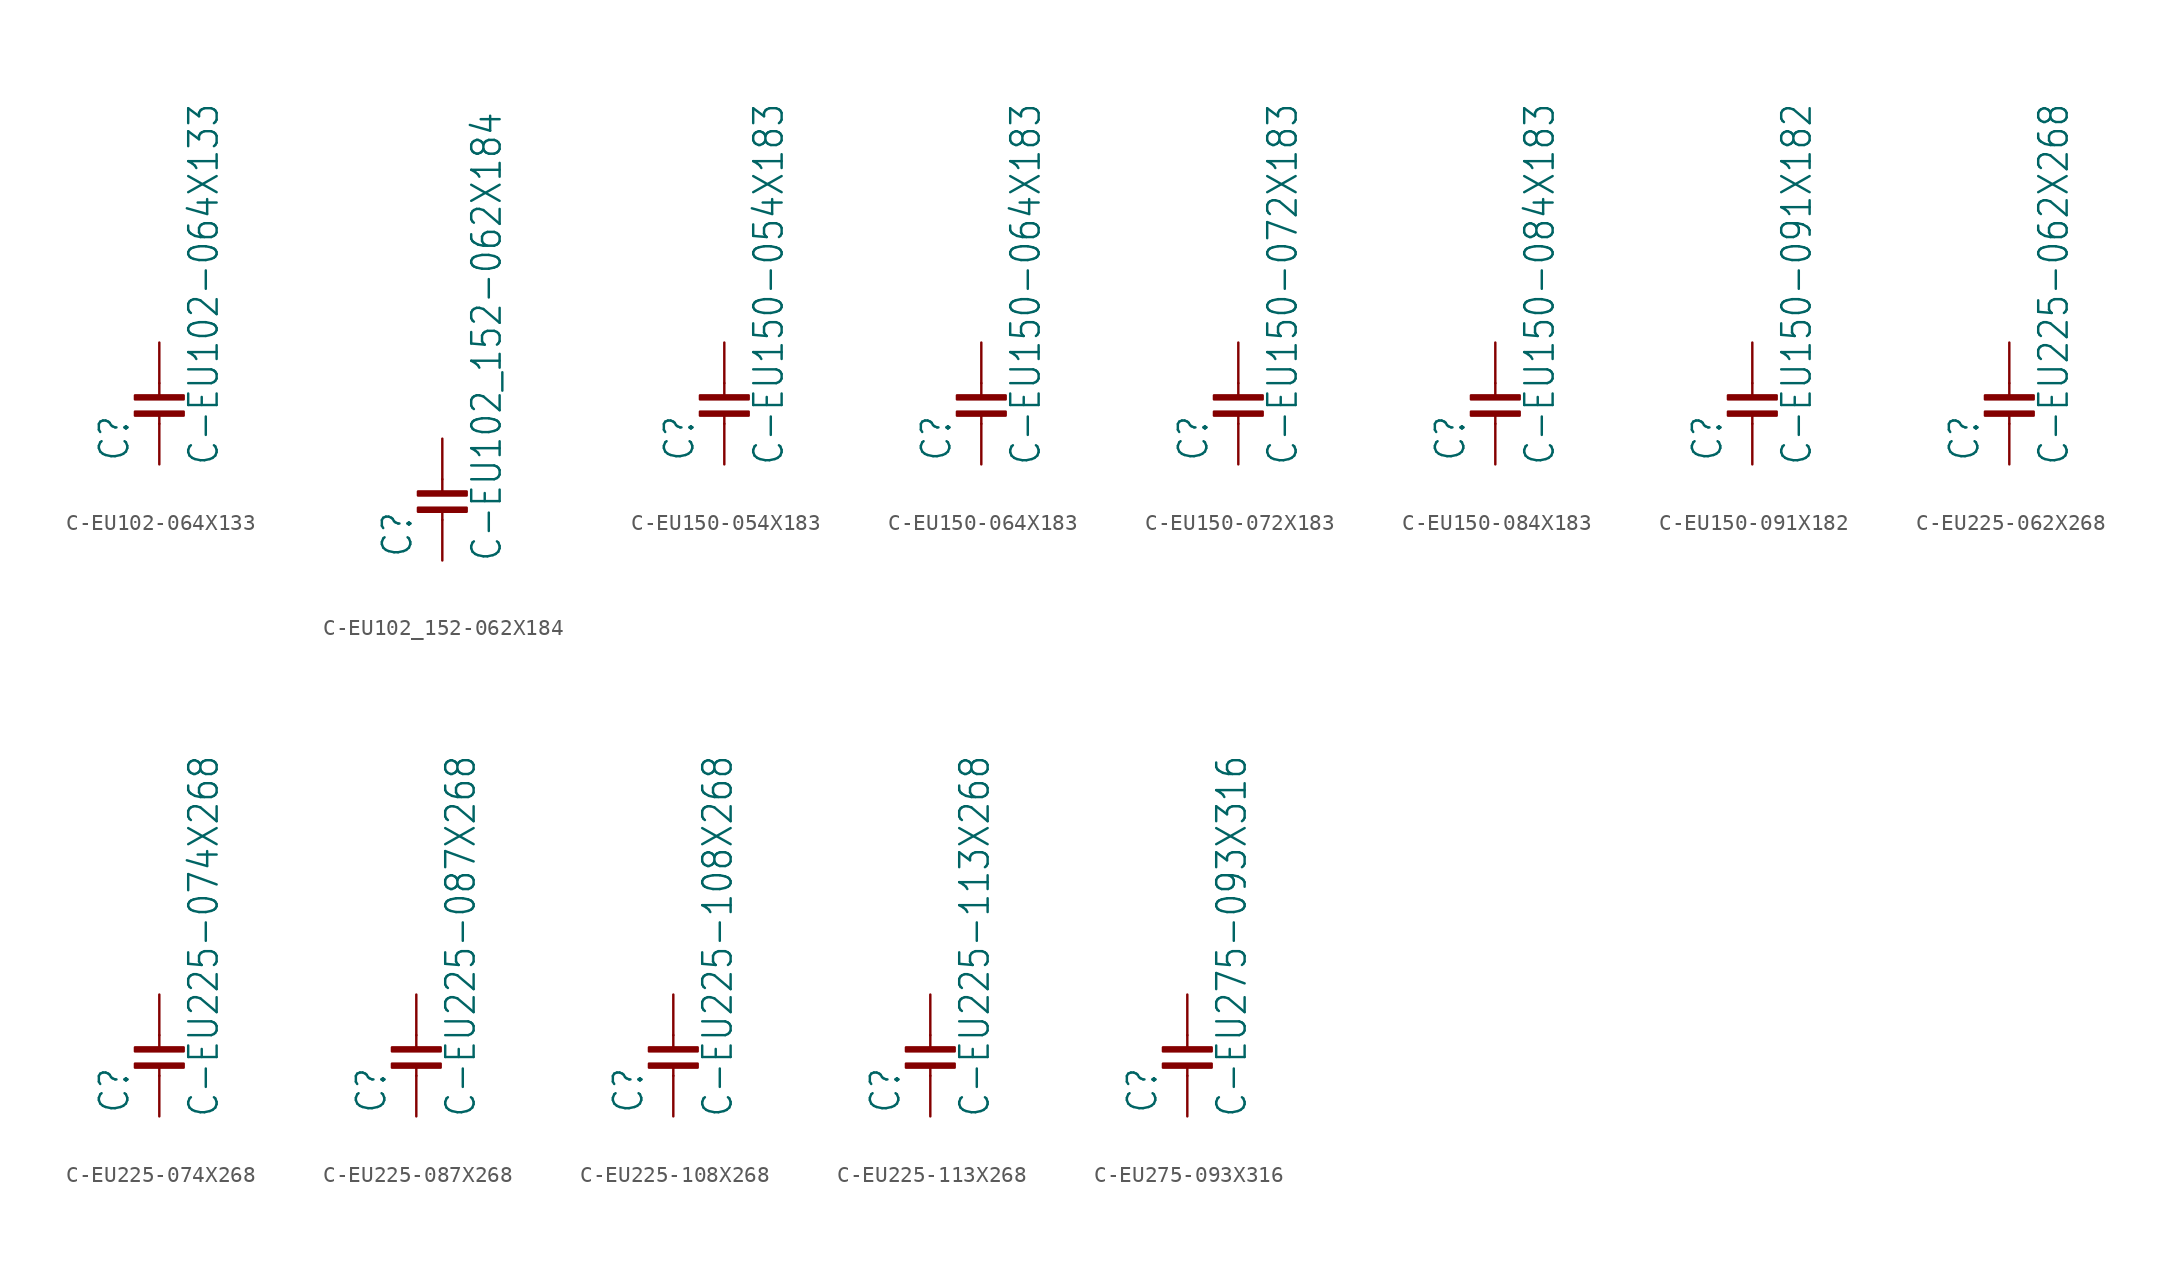
<source format=kicad_sym>
(kicad_symbol_lib
  (version 20211014)
  (generator kicad_symbol_editor)
  (symbol "C-EU102-064X133"
    (property "Reference" "C"
      (at -1.778 -4.953 90)
      (effects (font (size 1.778 1.511)) (justify left bottom)))
    (property "Value" "C-EU102-064X133"
      (at 3.81 -5.207 90)
      (effects (font (size 1.778 1.511)) (justify left bottom)))
    (property "ki_locked" ""
      (at 0 0 0)
      (effects (font (size 1.27 1.27))))
    (symbol "C-EU102-064X133_1_0"
      (rectangle (start -1.524 -2.032) (end 1.524 -1.778) (stroke (width 0) (type default) (color 0 0 0 0)) (fill (type outline)))
      (rectangle (start -1.524 -1.016) (end 1.524 -0.762) (stroke (width 0) (type default) (color 0 0 0 0)) (fill (type outline)))
      (polyline (pts (xy 0 -2.54) (xy 0 -2.032)) (stroke (width 0.152) (type default) (color 0 0 0 0)) (fill (type none)))
      (polyline (pts (xy 0 0) (xy 0 -0.762)) (stroke (width 0.152) (type default) (color 0 0 0 0)) (fill (type none)))
      (pin passive line (at 0 2.54 270) (length 2.54) (name "1" (effects (font (size 0 0)))) (number "1" (effects (font (size 0 0)))))
      (pin passive line (at 0 -5.08 90) (length 2.54) (name "2" (effects (font (size 0 0)))) (number "2" (effects (font (size 0 0)))))))
  (symbol "C-EU102_152-062X184"
    (property "Reference" "C"
      (at -1.778 -4.953 90)
      (effects (font (size 1.778 1.511)) (justify left bottom)))
    (property "Value" "C-EU102_152-062X184"
      (at 3.81 -5.207 90)
      (effects (font (size 1.778 1.511)) (justify left bottom)))
    (property "ki_locked" ""
      (at 0 0 0)
      (effects (font (size 1.27 1.27))))
    (symbol "C-EU102_152-062X184_1_0"
      (rectangle (start -1.524 -2.032) (end 1.524 -1.778) (stroke (width 0) (type default) (color 0 0 0 0)) (fill (type outline)))
      (rectangle (start -1.524 -1.016) (end 1.524 -0.762) (stroke (width 0) (type default) (color 0 0 0 0)) (fill (type outline)))
      (polyline (pts (xy 0 -2.54) (xy 0 -2.032)) (stroke (width 0.152) (type default) (color 0 0 0 0)) (fill (type none)))
      (polyline (pts (xy 0 0) (xy 0 -0.762)) (stroke (width 0.152) (type default) (color 0 0 0 0)) (fill (type none)))
      (pin passive line (at 0 2.54 270) (length 2.54) (name "1" (effects (font (size 0 0)))) (number "1" (effects (font (size 0 0)))))
      (pin passive line (at 0 -5.08 90) (length 2.54) (name "2" (effects (font (size 0 0)))) (number "2" (effects (font (size 0 0)))))))
  (symbol "C-EU150-054X183"
    (property "Reference" "C"
      (at -1.778 -4.953 90)
      (effects (font (size 1.778 1.511)) (justify left bottom)))
    (property "Value" "C-EU150-054X183"
      (at 3.81 -5.207 90)
      (effects (font (size 1.778 1.511)) (justify left bottom)))
    (property "ki_locked" ""
      (at 0 0 0)
      (effects (font (size 1.27 1.27))))
    (symbol "C-EU150-054X183_1_0"
      (rectangle (start -1.524 -2.032) (end 1.524 -1.778) (stroke (width 0) (type default) (color 0 0 0 0)) (fill (type outline)))
      (rectangle (start -1.524 -1.016) (end 1.524 -0.762) (stroke (width 0) (type default) (color 0 0 0 0)) (fill (type outline)))
      (polyline (pts (xy 0 -2.54) (xy 0 -2.032)) (stroke (width 0.152) (type default) (color 0 0 0 0)) (fill (type none)))
      (polyline (pts (xy 0 0) (xy 0 -0.762)) (stroke (width 0.152) (type default) (color 0 0 0 0)) (fill (type none)))
      (pin passive line (at 0 2.54 270) (length 2.54) (name "1" (effects (font (size 0 0)))) (number "1" (effects (font (size 0 0)))))
      (pin passive line (at 0 -5.08 90) (length 2.54) (name "2" (effects (font (size 0 0)))) (number "2" (effects (font (size 0 0)))))))
  (symbol "C-EU150-064X183"
    (property "Reference" "C"
      (at -1.778 -4.953 90)
      (effects (font (size 1.778 1.511)) (justify left bottom)))
    (property "Value" "C-EU150-064X183"
      (at 3.81 -5.207 90)
      (effects (font (size 1.778 1.511)) (justify left bottom)))
    (property "ki_locked" ""
      (at 0 0 0)
      (effects (font (size 1.27 1.27))))
    (symbol "C-EU150-064X183_1_0"
      (rectangle (start -1.524 -2.032) (end 1.524 -1.778) (stroke (width 0) (type default) (color 0 0 0 0)) (fill (type outline)))
      (rectangle (start -1.524 -1.016) (end 1.524 -0.762) (stroke (width 0) (type default) (color 0 0 0 0)) (fill (type outline)))
      (polyline (pts (xy 0 -2.54) (xy 0 -2.032)) (stroke (width 0.152) (type default) (color 0 0 0 0)) (fill (type none)))
      (polyline (pts (xy 0 0) (xy 0 -0.762)) (stroke (width 0.152) (type default) (color 0 0 0 0)) (fill (type none)))
      (pin passive line (at 0 2.54 270) (length 2.54) (name "1" (effects (font (size 0 0)))) (number "1" (effects (font (size 0 0)))))
      (pin passive line (at 0 -5.08 90) (length 2.54) (name "2" (effects (font (size 0 0)))) (number "2" (effects (font (size 0 0)))))))
  (symbol "C-EU150-072X183"
    (property "Reference" "C"
      (at -1.778 -4.953 90)
      (effects (font (size 1.778 1.511)) (justify left bottom)))
    (property "Value" "C-EU150-072X183"
      (at 3.81 -5.207 90)
      (effects (font (size 1.778 1.511)) (justify left bottom)))
    (property "ki_locked" ""
      (at 0 0 0)
      (effects (font (size 1.27 1.27))))
    (symbol "C-EU150-072X183_1_0"
      (rectangle (start -1.524 -2.032) (end 1.524 -1.778) (stroke (width 0) (type default) (color 0 0 0 0)) (fill (type outline)))
      (rectangle (start -1.524 -1.016) (end 1.524 -0.762) (stroke (width 0) (type default) (color 0 0 0 0)) (fill (type outline)))
      (polyline (pts (xy 0 -2.54) (xy 0 -2.032)) (stroke (width 0.152) (type default) (color 0 0 0 0)) (fill (type none)))
      (polyline (pts (xy 0 0) (xy 0 -0.762)) (stroke (width 0.152) (type default) (color 0 0 0 0)) (fill (type none)))
      (pin passive line (at 0 2.54 270) (length 2.54) (name "1" (effects (font (size 0 0)))) (number "1" (effects (font (size 0 0)))))
      (pin passive line (at 0 -5.08 90) (length 2.54) (name "2" (effects (font (size 0 0)))) (number "2" (effects (font (size 0 0)))))))
  (symbol "C-EU150-084X183"
    (property "Reference" "C"
      (at -1.778 -4.953 90)
      (effects (font (size 1.778 1.511)) (justify left bottom)))
    (property "Value" "C-EU150-084X183"
      (at 3.81 -5.207 90)
      (effects (font (size 1.778 1.511)) (justify left bottom)))
    (property "ki_locked" ""
      (at 0 0 0)
      (effects (font (size 1.27 1.27))))
    (symbol "C-EU150-084X183_1_0"
      (rectangle (start -1.524 -2.032) (end 1.524 -1.778) (stroke (width 0) (type default) (color 0 0 0 0)) (fill (type outline)))
      (rectangle (start -1.524 -1.016) (end 1.524 -0.762) (stroke (width 0) (type default) (color 0 0 0 0)) (fill (type outline)))
      (polyline (pts (xy 0 -2.54) (xy 0 -2.032)) (stroke (width 0.152) (type default) (color 0 0 0 0)) (fill (type none)))
      (polyline (pts (xy 0 0) (xy 0 -0.762)) (stroke (width 0.152) (type default) (color 0 0 0 0)) (fill (type none)))
      (pin passive line (at 0 2.54 270) (length 2.54) (name "1" (effects (font (size 0 0)))) (number "1" (effects (font (size 0 0)))))
      (pin passive line (at 0 -5.08 90) (length 2.54) (name "2" (effects (font (size 0 0)))) (number "2" (effects (font (size 0 0)))))))
  (symbol "C-EU150-091X182"
    (property "Reference" "C"
      (at -1.778 -4.953 90)
      (effects (font (size 1.778 1.511)) (justify left bottom)))
    (property "Value" "C-EU150-091X182"
      (at 3.81 -5.207 90)
      (effects (font (size 1.778 1.511)) (justify left bottom)))
    (property "ki_locked" ""
      (at 0 0 0)
      (effects (font (size 1.27 1.27))))
    (symbol "C-EU150-091X182_1_0"
      (rectangle (start -1.524 -2.032) (end 1.524 -1.778) (stroke (width 0) (type default) (color 0 0 0 0)) (fill (type outline)))
      (rectangle (start -1.524 -1.016) (end 1.524 -0.762) (stroke (width 0) (type default) (color 0 0 0 0)) (fill (type outline)))
      (polyline (pts (xy 0 -2.54) (xy 0 -2.032)) (stroke (width 0.152) (type default) (color 0 0 0 0)) (fill (type none)))
      (polyline (pts (xy 0 0) (xy 0 -0.762)) (stroke (width 0.152) (type default) (color 0 0 0 0)) (fill (type none)))
      (pin passive line (at 0 2.54 270) (length 2.54) (name "1" (effects (font (size 0 0)))) (number "1" (effects (font (size 0 0)))))
      (pin passive line (at 0 -5.08 90) (length 2.54) (name "2" (effects (font (size 0 0)))) (number "2" (effects (font (size 0 0)))))))
  (symbol "C-EU225-062X268"
    (property "Reference" "C"
      (at -1.778 -4.953 90)
      (effects (font (size 1.778 1.511)) (justify left bottom)))
    (property "Value" "C-EU225-062X268"
      (at 3.81 -5.207 90)
      (effects (font (size 1.778 1.511)) (justify left bottom)))
    (property "ki_locked" ""
      (at 0 0 0)
      (effects (font (size 1.27 1.27))))
    (symbol "C-EU225-062X268_1_0"
      (rectangle (start -1.524 -2.032) (end 1.524 -1.778) (stroke (width 0) (type default) (color 0 0 0 0)) (fill (type outline)))
      (rectangle (start -1.524 -1.016) (end 1.524 -0.762) (stroke (width 0) (type default) (color 0 0 0 0)) (fill (type outline)))
      (polyline (pts (xy 0 -2.54) (xy 0 -2.032)) (stroke (width 0.152) (type default) (color 0 0 0 0)) (fill (type none)))
      (polyline (pts (xy 0 0) (xy 0 -0.762)) (stroke (width 0.152) (type default) (color 0 0 0 0)) (fill (type none)))
      (pin passive line (at 0 2.54 270) (length 2.54) (name "1" (effects (font (size 0 0)))) (number "1" (effects (font (size 0 0)))))
      (pin passive line (at 0 -5.08 90) (length 2.54) (name "2" (effects (font (size 0 0)))) (number "2" (effects (font (size 0 0)))))))
  (symbol "C-EU225-074X268"
    (property "Reference" "C"
      (at -1.778 -4.953 90)
      (effects (font (size 1.778 1.511)) (justify left bottom)))
    (property "Value" "C-EU225-074X268"
      (at 3.81 -5.207 90)
      (effects (font (size 1.778 1.511)) (justify left bottom)))
    (property "ki_locked" ""
      (at 0 0 0)
      (effects (font (size 1.27 1.27))))
    (symbol "C-EU225-074X268_1_0"
      (rectangle (start -1.524 -2.032) (end 1.524 -1.778) (stroke (width 0) (type default) (color 0 0 0 0)) (fill (type outline)))
      (rectangle (start -1.524 -1.016) (end 1.524 -0.762) (stroke (width 0) (type default) (color 0 0 0 0)) (fill (type outline)))
      (polyline (pts (xy 0 -2.54) (xy 0 -2.032)) (stroke (width 0.152) (type default) (color 0 0 0 0)) (fill (type none)))
      (polyline (pts (xy 0 0) (xy 0 -0.762)) (stroke (width 0.152) (type default) (color 0 0 0 0)) (fill (type none)))
      (pin passive line (at 0 2.54 270) (length 2.54) (name "1" (effects (font (size 0 0)))) (number "1" (effects (font (size 0 0)))))
      (pin passive line (at 0 -5.08 90) (length 2.54) (name "2" (effects (font (size 0 0)))) (number "2" (effects (font (size 0 0)))))))
  (symbol "C-EU225-087X268"
    (property "Reference" "C"
      (at -1.778 -4.953 90)
      (effects (font (size 1.778 1.511)) (justify left bottom)))
    (property "Value" "C-EU225-087X268"
      (at 3.81 -5.207 90)
      (effects (font (size 1.778 1.511)) (justify left bottom)))
    (property "ki_locked" ""
      (at 0 0 0)
      (effects (font (size 1.27 1.27))))
    (symbol "C-EU225-087X268_1_0"
      (rectangle (start -1.524 -2.032) (end 1.524 -1.778) (stroke (width 0) (type default) (color 0 0 0 0)) (fill (type outline)))
      (rectangle (start -1.524 -1.016) (end 1.524 -0.762) (stroke (width 0) (type default) (color 0 0 0 0)) (fill (type outline)))
      (polyline (pts (xy 0 -2.54) (xy 0 -2.032)) (stroke (width 0.152) (type default) (color 0 0 0 0)) (fill (type none)))
      (polyline (pts (xy 0 0) (xy 0 -0.762)) (stroke (width 0.152) (type default) (color 0 0 0 0)) (fill (type none)))
      (pin passive line (at 0 2.54 270) (length 2.54) (name "1" (effects (font (size 0 0)))) (number "1" (effects (font (size 0 0)))))
      (pin passive line (at 0 -5.08 90) (length 2.54) (name "2" (effects (font (size 0 0)))) (number "2" (effects (font (size 0 0)))))))
  (symbol "C-EU225-108X268"
    (property "Reference" "C"
      (at -1.778 -4.953 90)
      (effects (font (size 1.778 1.511)) (justify left bottom)))
    (property "Value" "C-EU225-108X268"
      (at 3.81 -5.207 90)
      (effects (font (size 1.778 1.511)) (justify left bottom)))
    (property "ki_locked" ""
      (at 0 0 0)
      (effects (font (size 1.27 1.27))))
    (symbol "C-EU225-108X268_1_0"
      (rectangle (start -1.524 -2.032) (end 1.524 -1.778) (stroke (width 0) (type default) (color 0 0 0 0)) (fill (type outline)))
      (rectangle (start -1.524 -1.016) (end 1.524 -0.762) (stroke (width 0) (type default) (color 0 0 0 0)) (fill (type outline)))
      (polyline (pts (xy 0 -2.54) (xy 0 -2.032)) (stroke (width 0.152) (type default) (color 0 0 0 0)) (fill (type none)))
      (polyline (pts (xy 0 0) (xy 0 -0.762)) (stroke (width 0.152) (type default) (color 0 0 0 0)) (fill (type none)))
      (pin passive line (at 0 2.54 270) (length 2.54) (name "1" (effects (font (size 0 0)))) (number "1" (effects (font (size 0 0)))))
      (pin passive line (at 0 -5.08 90) (length 2.54) (name "2" (effects (font (size 0 0)))) (number "2" (effects (font (size 0 0)))))))
  (symbol "C-EU225-113X268"
    (property "Reference" "C"
      (at -1.778 -4.953 90)
      (effects (font (size 1.778 1.511)) (justify left bottom)))
    (property "Value" "C-EU225-113X268"
      (at 3.81 -5.207 90)
      (effects (font (size 1.778 1.511)) (justify left bottom)))
    (property "ki_locked" ""
      (at 0 0 0)
      (effects (font (size 1.27 1.27))))
    (symbol "C-EU225-113X268_1_0"
      (rectangle (start -1.524 -2.032) (end 1.524 -1.778) (stroke (width 0) (type default) (color 0 0 0 0)) (fill (type outline)))
      (rectangle (start -1.524 -1.016) (end 1.524 -0.762) (stroke (width 0) (type default) (color 0 0 0 0)) (fill (type outline)))
      (polyline (pts (xy 0 -2.54) (xy 0 -2.032)) (stroke (width 0.152) (type default) (color 0 0 0 0)) (fill (type none)))
      (polyline (pts (xy 0 0) (xy 0 -0.762)) (stroke (width 0.152) (type default) (color 0 0 0 0)) (fill (type none)))
      (pin passive line (at 0 2.54 270) (length 2.54) (name "1" (effects (font (size 0 0)))) (number "1" (effects (font (size 0 0)))))
      (pin passive line (at 0 -5.08 90) (length 2.54) (name "2" (effects (font (size 0 0)))) (number "2" (effects (font (size 0 0)))))))
  (symbol "C-EU275-093X316"
    (property "Reference" "C"
      (at -1.778 -4.953 90)
      (effects (font (size 1.778 1.511)) (justify left bottom)))
    (property "Value" "C-EU275-093X316"
      (at 3.81 -5.207 90)
      (effects (font (size 1.778 1.511)) (justify left bottom)))
    (property "ki_locked" ""
      (at 0 0 0)
      (effects (font (size 1.27 1.27))))
    (symbol "C-EU275-093X316_1_0"
      (rectangle (start -1.524 -2.032) (end 1.524 -1.778) (stroke (width 0) (type default) (color 0 0 0 0)) (fill (type outline)))
      (rectangle (start -1.524 -1.016) (end 1.524 -0.762) (stroke (width 0) (type default) (color 0 0 0 0)) (fill (type outline)))
      (polyline (pts (xy 0 -2.54) (xy 0 -2.032)) (stroke (width 0.152) (type default) (color 0 0 0 0)) (fill (type none)))
      (polyline (pts (xy 0 0) (xy 0 -0.762)) (stroke (width 0.152) (type default) (color 0 0 0 0)) (fill (type none)))
      (pin passive line (at 0 2.54 270) (length 2.54) (name "1" (effects (font (size 0 0)))) (number "1" (effects (font (size 0 0)))))
      (pin passive line (at 0 -5.08 90) (length 2.54) (name "2" (effects (font (size 0 0)))) (number "2" (effects (font (size 0 0))))))))
</source>
